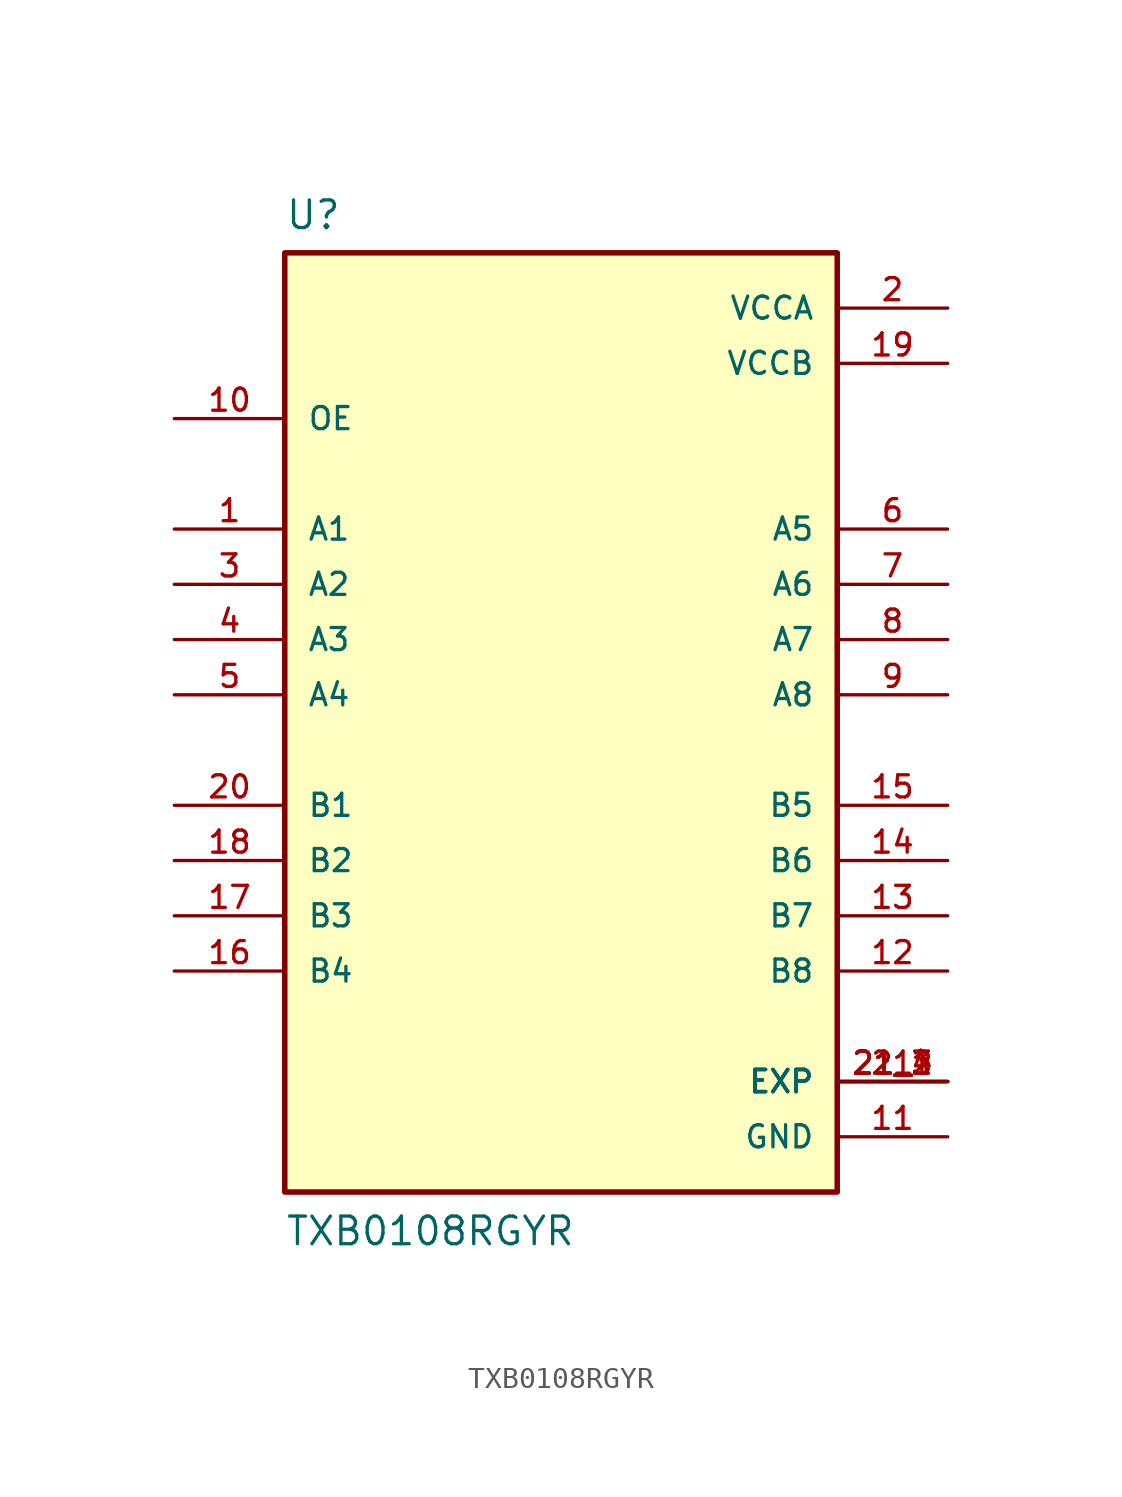
<source format=kicad_sym>
(kicad_symbol_lib
  (version 20211014)
  (generator kicad_symbol_editor)
  (symbol "TXB0108RGYR"
    (pin_names
      (offset 1.016))
    (property "Reference" "U"
      (at -12.7 23.86 0.0)
      (effects (font (size 1.27 1.27)) (justify bottom left)))
    (property "Value" "TXB0108RGYR"
      (at -12.7 -22.86 0.0)
      (effects (font (size 1.27 1.27)) (justify bottom left)))
    (symbol "TXB0108RGYR_0_0"
      (rectangle (start -12.7 -20.32) (end 12.7 22.86) (stroke (width 0.254)) (fill (type background)))
      (pin input line (at -17.78 15.24 0) (length 5.08) (name "OE" (effects (font (size 1.016 1.016)))) (number "10" (effects (font (size 1.016 1.016)))))
      (pin bidirectional line (at -17.78 10.16 0) (length 5.08) (name "A1" (effects (font (size 1.016 1.016)))) (number "1" (effects (font (size 1.016 1.016)))))
      (pin bidirectional line (at -17.78 7.62 0) (length 5.08) (name "A2" (effects (font (size 1.016 1.016)))) (number "3" (effects (font (size 1.016 1.016)))))
      (pin bidirectional line (at -17.78 5.08 0) (length 5.08) (name "A3" (effects (font (size 1.016 1.016)))) (number "4" (effects (font (size 1.016 1.016)))))
      (pin bidirectional line (at -17.78 2.54 0) (length 5.08) (name "A4" (effects (font (size 1.016 1.016)))) (number "5" (effects (font (size 1.016 1.016)))))
      (pin bidirectional line (at -17.78 -2.54 0) (length 5.08) (name "B1" (effects (font (size 1.016 1.016)))) (number "20" (effects (font (size 1.016 1.016)))))
      (pin bidirectional line (at -17.78 -5.08 0) (length 5.08) (name "B2" (effects (font (size 1.016 1.016)))) (number "18" (effects (font (size 1.016 1.016)))))
      (pin bidirectional line (at -17.78 -7.62 0) (length 5.08) (name "B3" (effects (font (size 1.016 1.016)))) (number "17" (effects (font (size 1.016 1.016)))))
      (pin bidirectional line (at -17.78 -10.16 0) (length 5.08) (name "B4" (effects (font (size 1.016 1.016)))) (number "16" (effects (font (size 1.016 1.016)))))
      (pin power_in line (at 17.78 20.32 180.0) (length 5.08) (name "VCCA" (effects (font (size 1.016 1.016)))) (number "2" (effects (font (size 1.016 1.016)))))
      (pin power_in line (at 17.78 17.78 180.0) (length 5.08) (name "VCCB" (effects (font (size 1.016 1.016)))) (number "19" (effects (font (size 1.016 1.016)))))
      (pin bidirectional line (at 17.78 10.16 180.0) (length 5.08) (name "A5" (effects (font (size 1.016 1.016)))) (number "6" (effects (font (size 1.016 1.016)))))
      (pin bidirectional line (at 17.78 7.62 180.0) (length 5.08) (name "A6" (effects (font (size 1.016 1.016)))) (number "7" (effects (font (size 1.016 1.016)))))
      (pin bidirectional line (at 17.78 5.08 180.0) (length 5.08) (name "A7" (effects (font (size 1.016 1.016)))) (number "8" (effects (font (size 1.016 1.016)))))
      (pin bidirectional line (at 17.78 2.54 180.0) (length 5.08) (name "A8" (effects (font (size 1.016 1.016)))) (number "9" (effects (font (size 1.016 1.016)))))
      (pin bidirectional line (at 17.78 -2.54 180.0) (length 5.08) (name "B5" (effects (font (size 1.016 1.016)))) (number "15" (effects (font (size 1.016 1.016)))))
      (pin bidirectional line (at 17.78 -5.08 180.0) (length 5.08) (name "B6" (effects (font (size 1.016 1.016)))) (number "14" (effects (font (size 1.016 1.016)))))
      (pin bidirectional line (at 17.78 -7.62 180.0) (length 5.08) (name "B7" (effects (font (size 1.016 1.016)))) (number "13" (effects (font (size 1.016 1.016)))))
      (pin bidirectional line (at 17.78 -10.16 180.0) (length 5.08) (name "B8" (effects (font (size 1.016 1.016)))) (number "12" (effects (font (size 1.016 1.016)))))
      (pin power_in line (at 17.78 -15.24 180.0) (length 5.08) (name "EXP" (effects (font (size 1.016 1.016)))) (number "21" (effects (font (size 1.016 1.016)))))
      (pin power_in line (at 17.78 -15.24 180.0) (length 5.08) (name "EXP" (effects (font (size 1.016 1.016)))) (number "21_1" (effects (font (size 1.016 1.016)))))
      (pin power_in line (at 17.78 -15.24 180.0) (length 5.08) (name "EXP" (effects (font (size 1.016 1.016)))) (number "21_2" (effects (font (size 1.016 1.016)))))
      (pin power_in line (at 17.78 -15.24 180.0) (length 5.08) (name "EXP" (effects (font (size 1.016 1.016)))) (number "21_3" (effects (font (size 1.016 1.016)))))
      (pin power_in line (at 17.78 -15.24 180.0) (length 5.08) (name "EXP" (effects (font (size 1.016 1.016)))) (number "21_4" (effects (font (size 1.016 1.016)))))
      (pin power_in line (at 17.78 -17.78 180.0) (length 5.08) (name "GND" (effects (font (size 1.016 1.016)))) (number "11" (effects (font (size 1.016 1.016))))))))
</source>
